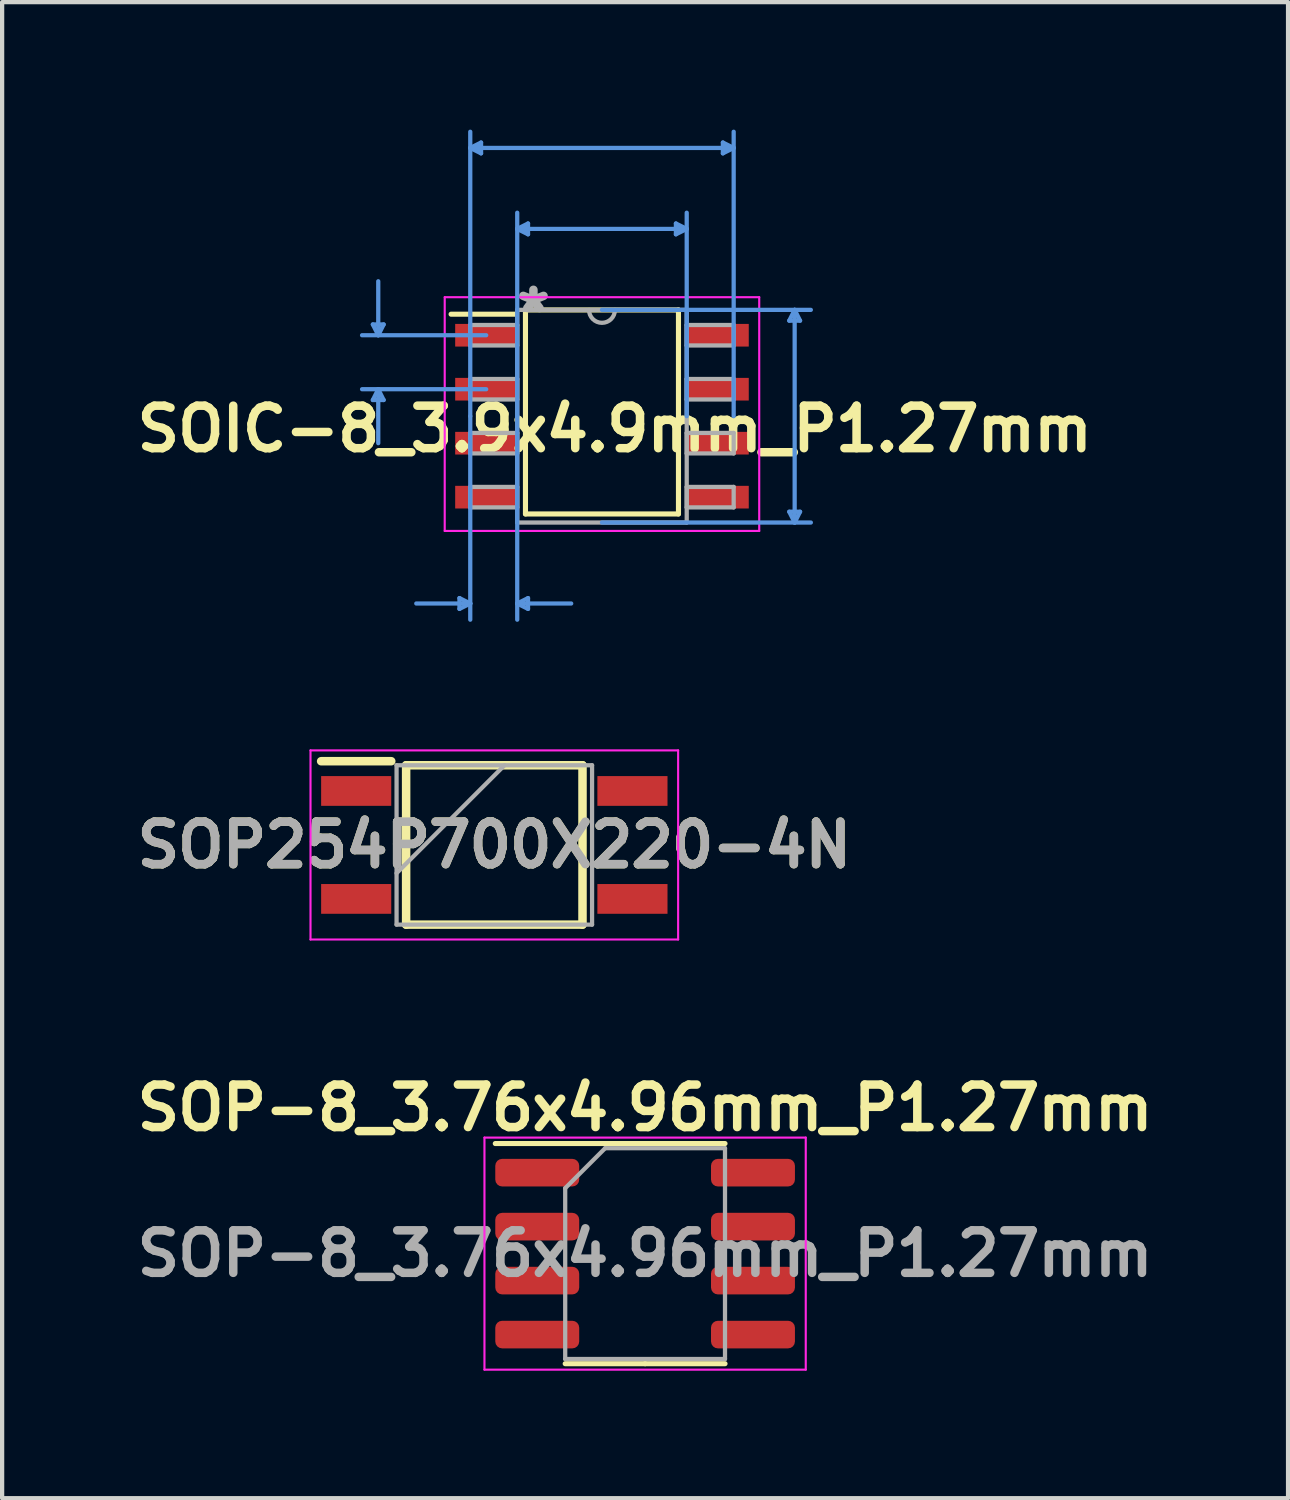
<source format=kicad_pcb>
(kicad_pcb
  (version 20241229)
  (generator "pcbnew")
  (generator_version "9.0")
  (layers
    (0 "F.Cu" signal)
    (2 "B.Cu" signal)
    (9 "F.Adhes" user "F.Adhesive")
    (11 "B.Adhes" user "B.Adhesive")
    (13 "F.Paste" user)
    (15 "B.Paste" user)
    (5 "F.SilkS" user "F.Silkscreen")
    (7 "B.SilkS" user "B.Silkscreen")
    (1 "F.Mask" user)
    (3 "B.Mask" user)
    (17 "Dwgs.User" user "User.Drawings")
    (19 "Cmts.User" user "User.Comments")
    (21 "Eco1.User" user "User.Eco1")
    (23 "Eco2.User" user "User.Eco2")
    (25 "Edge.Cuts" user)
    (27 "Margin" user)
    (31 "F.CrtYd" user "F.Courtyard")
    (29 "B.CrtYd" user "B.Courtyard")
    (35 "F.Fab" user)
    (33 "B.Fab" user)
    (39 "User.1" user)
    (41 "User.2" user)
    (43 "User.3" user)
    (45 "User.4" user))
  (footprint "SOIC-8_3.9x4.9mm_P1.27mm"
    (layer "F.Cu")
    (at 11.114 6.743)
    (property "Reference" "SOIC-8_3.9x4.9mm_P1.27mm" (at 0.3 0.3 0) (layer "F.SilkS") (effects (font (size 1 1) (thickness 0.2))))
    (attr through_hole)
    (fp_line (start -2.05 -2.4) (end -3.55 -2.4) (stroke (width 0.12) (type solid)) (layer "F.SilkS"))
    (fp_line (start -1.8 -2.5) (end 1.8 -2.5) (stroke (width 0.12) (type solid)) (layer "F.SilkS"))
    (fp_line (start -1.8 2.3) (end -1.8 -2.5) (stroke (width 0.12) (type solid)) (layer "F.SilkS"))
    (fp_line (start 1.8 -2.5) (end 1.8 2.3) (stroke (width 0.12) (type solid)) (layer "F.SilkS"))
    (fp_line (start 1.8 2.3) (end -1.8 2.3) (stroke (width 0.12) (type solid)) (layer "F.SilkS"))
    (fp_line (start -5.391 -2.159) (end -5.137 -2.159) (stroke (width 0.1) (type solid)) (layer "Cmts.User"))
    (fp_line (start -5.391 -0.381) (end -5.137 -0.381) (stroke (width 0.1) (type solid)) (layer "Cmts.User"))
    (fp_line (start -5.264 -1.905) (end -5.391 -2.159) (stroke (width 0.1) (type solid)) (layer "Cmts.User"))
    (fp_line (start -5.264 -1.905) (end -5.264 -3.175) (stroke (width 0.1) (type solid)) (layer "Cmts.User"))
    (fp_line (start -5.264 -1.905) (end -5.137 -2.159) (stroke (width 0.1) (type solid)) (layer "Cmts.User"))
    (fp_line (start -5.264 -0.635) (end -5.391 -0.381) (stroke (width 0.1) (type solid)) (layer "Cmts.User"))
    (fp_line (start -5.264 -0.635) (end -5.264 0.635) (stroke (width 0.1) (type solid)) (layer "Cmts.User"))
    (fp_line (start -5.264 -0.635) (end -5.137 -0.381) (stroke (width 0.1) (type solid)) (layer "Cmts.User"))
    (fp_line (start -3.353 4.28) (end -3.353 4.534) (stroke (width 0.1) (type solid)) (layer "Cmts.User"))
    (fp_line (start -3.099 -6.312) (end -2.845 -6.439) (stroke (width 0.1) (type solid)) (layer "Cmts.User"))
    (fp_line (start -3.099 -6.312) (end -2.845 -6.185) (stroke (width 0.1) (type solid)) (layer "Cmts.User"))
    (fp_line (start -3.099 -6.312) (end 3.099 -6.312) (stroke (width 0.1) (type solid)) (layer "Cmts.User"))
    (fp_line (start -3.099 0) (end -3.099 -6.693) (stroke (width 0.1) (type solid)) (layer "Cmts.User"))
    (fp_line (start -3.099 0) (end -3.099 4.788) (stroke (width 0.1) (type solid)) (layer "Cmts.User"))
    (fp_line (start -3.099 4.407) (end -4.369 4.407) (stroke (width 0.1) (type solid)) (layer "Cmts.User"))
    (fp_line (start -3.099 4.407) (end -3.353 4.28) (stroke (width 0.1) (type solid)) (layer "Cmts.User"))
    (fp_line (start -3.099 4.407) (end -3.353 4.534) (stroke (width 0.1) (type solid)) (layer "Cmts.User"))
    (fp_line (start -2.845 -6.439) (end -2.845 -6.185) (stroke (width 0.1) (type solid)) (layer "Cmts.User"))
    (fp_line (start -2.724 -1.905) (end -5.645 -1.905) (stroke (width 0.1) (type solid)) (layer "Cmts.User"))
    (fp_line (start -2.724 -0.635) (end -5.645 -0.635) (stroke (width 0.1) (type solid)) (layer "Cmts.User"))
    (fp_line (start -1.994 -4.407) (end -1.74 -4.534) (stroke (width 0.1) (type solid)) (layer "Cmts.User"))
    (fp_line (start -1.994 -4.407) (end -1.74 -4.28) (stroke (width 0.1) (type solid)) (layer "Cmts.User"))
    (fp_line (start -1.994 -4.407) (end 1.994 -4.407) (stroke (width 0.1) (type solid)) (layer "Cmts.User"))
    (fp_line (start -1.994 0) (end -1.994 -4.788) (stroke (width 0.1) (type solid)) (layer "Cmts.User"))
    (fp_line (start -1.994 0) (end -1.994 4.788) (stroke (width 0.1) (type solid)) (layer "Cmts.User"))
    (fp_line (start -1.994 4.407) (end -1.74 4.28) (stroke (width 0.1) (type solid)) (layer "Cmts.User"))
    (fp_line (start -1.994 4.407) (end -1.74 4.534) (stroke (width 0.1) (type solid)) (layer "Cmts.User"))
    (fp_line (start -1.994 4.407) (end -0.724 4.407) (stroke (width 0.1) (type solid)) (layer "Cmts.User"))
    (fp_line (start -1.74 -4.534) (end -1.74 -4.28) (stroke (width 0.1) (type solid)) (layer "Cmts.User"))
    (fp_line (start -1.74 4.28) (end -1.74 4.534) (stroke (width 0.1) (type solid)) (layer "Cmts.User"))
    (fp_line (start 0 -2.502) (end 4.915 -2.502) (stroke (width 0.1) (type solid)) (layer "Cmts.User"))
    (fp_line (start 0 2.502) (end 4.915 2.502) (stroke (width 0.1) (type solid)) (layer "Cmts.User"))
    (fp_line (start 1.74 -4.534) (end 1.74 -4.28) (stroke (width 0.1) (type solid)) (layer "Cmts.User"))
    (fp_line (start 1.994 -4.407) (end 1.74 -4.534) (stroke (width 0.1) (type solid)) (layer "Cmts.User"))
    (fp_line (start 1.994 -4.407) (end 1.74 -4.28) (stroke (width 0.1) (type solid)) (layer "Cmts.User"))
    (fp_line (start 1.994 0) (end 1.994 -4.788) (stroke (width 0.1) (type solid)) (layer "Cmts.User"))
    (fp_line (start 2.845 -6.439) (end 2.845 -6.185) (stroke (width 0.1) (type solid)) (layer "Cmts.User"))
    (fp_line (start 3.099 -6.312) (end 2.845 -6.439) (stroke (width 0.1) (type solid)) (layer "Cmts.User"))
    (fp_line (start 3.099 -6.312) (end 2.845 -6.185) (stroke (width 0.1) (type solid)) (layer "Cmts.User"))
    (fp_line (start 3.099 0) (end 3.099 -6.693) (stroke (width 0.1) (type solid)) (layer "Cmts.User"))
    (fp_line (start 4.407 -2.248) (end 4.661 -2.248) (stroke (width 0.1) (type solid)) (layer "Cmts.User"))
    (fp_line (start 4.407 2.248) (end 4.661 2.248) (stroke (width 0.1) (type solid)) (layer "Cmts.User"))
    (fp_line (start 4.534 -2.502) (end 4.407 -2.248) (stroke (width 0.1) (type solid)) (layer "Cmts.User"))
    (fp_line (start 4.534 -2.502) (end 4.534 2.502) (stroke (width 0.1) (type solid)) (layer "Cmts.User"))
    (fp_line (start 4.534 -2.502) (end 4.661 -2.248) (stroke (width 0.1) (type solid)) (layer "Cmts.User"))
    (fp_line (start 4.534 2.502) (end 4.407 2.248) (stroke (width 0.1) (type solid)) (layer "Cmts.User"))
    (fp_line (start 4.534 2.502) (end 4.661 2.248) (stroke (width 0.1) (type solid)) (layer "Cmts.User"))
    (fp_line (start -3.7 2.7) (end -3.7 -2.8) (stroke (width 0.05) (type solid)) (layer "F.CrtYd"))
    (fp_line (start -3.7 2.7) (end 3.7 2.7) (stroke (width 0.05) (type solid)) (layer "F.CrtYd"))
    (fp_line (start 3.7 -2.8) (end -3.7 -2.8) (stroke (width 0.05) (type solid)) (layer "F.CrtYd"))
    (fp_line (start 3.7 2.7) (end 3.7 -2.8) (stroke (width 0.05) (type solid)) (layer "F.CrtYd"))
    (fp_line (start -3.099 -2.146) (end -3.099 -1.664) (stroke (width 0.1) (type solid)) (layer "F.Fab"))
    (fp_line (start -3.099 -1.664) (end -1.994 -1.664) (stroke (width 0.1) (type solid)) (layer "F.Fab"))
    (fp_line (start -3.099 -0.876) (end -3.099 -0.394) (stroke (width 0.1) (type solid)) (layer "F.Fab"))
    (fp_line (start -3.099 -0.394) (end -1.994 -0.394) (stroke (width 0.1) (type solid)) (layer "F.Fab"))
    (fp_line (start -3.099 0.394) (end -3.099 0.876) (stroke (width 0.1) (type solid)) (layer "F.Fab"))
    (fp_line (start -3.099 0.876) (end -1.994 0.876) (stroke (width 0.1) (type solid)) (layer "F.Fab"))
    (fp_line (start -3.099 1.664) (end -3.099 2.146) (stroke (width 0.1) (type solid)) (layer "F.Fab"))
    (fp_line (start -3.099 2.146) (end -1.994 2.146) (stroke (width 0.1) (type solid)) (layer "F.Fab"))
    (fp_line (start -1.994 -2.502) (end -1.994 2.502) (stroke (width 0.1) (type solid)) (layer "F.Fab"))
    (fp_line (start -1.994 -2.146) (end -3.099 -2.146) (stroke (width 0.1) (type solid)) (layer "F.Fab"))
    (fp_line (start -1.994 -1.664) (end -1.994 -2.146) (stroke (width 0.1) (type solid)) (layer "F.Fab"))
    (fp_line (start -1.994 -0.876) (end -3.099 -0.876) (stroke (width 0.1) (type solid)) (layer "F.Fab"))
    (fp_line (start -1.994 -0.394) (end -1.994 -0.876) (stroke (width 0.1) (type solid)) (layer "F.Fab"))
    (fp_line (start -1.994 0.394) (end -3.099 0.394) (stroke (width 0.1) (type solid)) (layer "F.Fab"))
    (fp_line (start -1.994 0.876) (end -1.994 0.394) (stroke (width 0.1) (type solid)) (layer "F.Fab"))
    (fp_line (start -1.994 1.664) (end -3.099 1.664) (stroke (width 0.1) (type solid)) (layer "F.Fab"))
    (fp_line (start -1.994 2.146) (end -1.994 1.664) (stroke (width 0.1) (type solid)) (layer "F.Fab"))
    (fp_line (start -1.994 2.502) (end 1.994 2.502) (stroke (width 0.1) (type solid)) (layer "F.Fab"))
    (fp_line (start 1.994 -2.502) (end -1.994 -2.502) (stroke (width 0.1) (type solid)) (layer "F.Fab"))
    (fp_line (start 1.994 -2.146) (end 1.994 -1.664) (stroke (width 0.1) (type solid)) (layer "F.Fab"))
    (fp_line (start 1.994 -1.664) (end 3.099 -1.664) (stroke (width 0.1) (type solid)) (layer "F.Fab"))
    (fp_line (start 1.994 -0.876) (end 1.994 -0.394) (stroke (width 0.1) (type solid)) (layer "F.Fab"))
    (fp_line (start 1.994 -0.394) (end 3.099 -0.394) (stroke (width 0.1) (type solid)) (layer "F.Fab"))
    (fp_line (start 1.994 0.394) (end 1.994 0.876) (stroke (width 0.1) (type solid)) (layer "F.Fab"))
    (fp_line (start 1.994 0.876) (end 3.099 0.876) (stroke (width 0.1) (type solid)) (layer "F.Fab"))
    (fp_line (start 1.994 1.664) (end 1.994 2.146) (stroke (width 0.1) (type solid)) (layer "F.Fab"))
    (fp_line (start 1.994 2.146) (end 3.099 2.146) (stroke (width 0.1) (type solid)) (layer "F.Fab"))
    (fp_line (start 1.994 2.502) (end 1.994 -2.502) (stroke (width 0.1) (type solid)) (layer "F.Fab"))
    (fp_line (start 3.099 -2.146) (end 1.994 -2.146) (stroke (width 0.1) (type solid)) (layer "F.Fab"))
    (fp_line (start 3.099 -1.664) (end 3.099 -2.146) (stroke (width 0.1) (type solid)) (layer "F.Fab"))
    (fp_line (start 3.099 -0.876) (end 1.994 -0.876) (stroke (width 0.1) (type solid)) (layer "F.Fab"))
    (fp_line (start 3.099 -0.394) (end 3.099 -0.876) (stroke (width 0.1) (type solid)) (layer "F.Fab"))
    (fp_line (start 3.099 0.394) (end 1.994 0.394) (stroke (width 0.1) (type solid)) (layer "F.Fab"))
    (fp_line (start 3.099 0.876) (end 3.099 0.394) (stroke (width 0.1) (type solid)) (layer "F.Fab"))
    (fp_line (start 3.099 1.664) (end 1.994 1.664) (stroke (width 0.1) (type solid)) (layer "F.Fab"))
    (fp_line (start 3.099 2.146) (end 3.099 1.664) (stroke (width 0.1) (type solid)) (layer "F.Fab"))
    (fp_arc (start 0.3048 -2.5019) (mid 0 -2.1971) (end -0.3048 -2.5019) (stroke (width 0.1) (type solid)) (layer "F.Fab"))
    (fp_text user "*" (at -1.613 -2.426 0) (layer "F.Fab") (effects (font (size 1 1) (thickness 0.2))))
    (pad "1" smd rect (at -2.724 -1.905) (size 1.46 0.533) (layers "F.Cu" "F.Mask" "F.Paste"))
    (pad "2" smd rect (at -2.724 -0.635) (size 1.46 0.533) (layers "F.Cu" "F.Mask" "F.Paste"))
    (pad "3" smd rect (at -2.724 0.635) (size 1.46 0.533) (layers "F.Cu" "F.Mask" "F.Paste"))
    (pad "4" smd rect (at -2.724 1.905) (size 1.46 0.533) (layers "F.Cu" "F.Mask" "F.Paste"))
    (pad "5" smd rect (at 2.724 1.905) (size 1.46 0.533) (layers "F.Cu" "F.Mask" "F.Paste"))
    (pad "6" smd rect (at 2.724 0.635) (size 1.46 0.533) (layers "F.Cu" "F.Mask" "F.Paste"))
    (pad "7" smd rect (at 2.724 -0.635) (size 1.46 0.533) (layers "F.Cu" "F.Mask" "F.Paste"))
    (pad "8" smd rect (at 2.724 -1.905) (size 1.46 0.533) (layers "F.Cu" "F.Mask" "F.Paste")))
  (footprint "SOP254P700X220-4N"
    (layer "F.Cu")
    (at 8.581 16.831)
    (property "Reference" "SOP254P700X220-4N" (at 0 0 0) (layer "F.SilkS") (effects (font (size 1 1) (thickness 0.2))))
    (attr smd)
    (fp_line (start -4.075 -1.97) (end -2.425 -1.97) (stroke (width 0.2) (type solid)) (layer "F.SilkS"))
    (fp_line (start -2.075 -1.875) (end 2.075 -1.875) (stroke (width 0.2) (type solid)) (layer "F.SilkS"))
    (fp_line (start -2.075 1.875) (end -2.075 -1.875) (stroke (width 0.2) (type solid)) (layer "F.SilkS"))
    (fp_line (start 2.075 -1.875) (end 2.075 1.875) (stroke (width 0.2) (type solid)) (layer "F.SilkS"))
    (fp_line (start 2.075 1.875) (end -2.075 1.875) (stroke (width 0.2) (type solid)) (layer "F.SilkS"))
    (fp_line (start -4.325 -2.225) (end 4.325 -2.225) (stroke (width 0.05) (type solid)) (layer "F.CrtYd"))
    (fp_line (start -4.325 2.225) (end -4.325 -2.225) (stroke (width 0.05) (type solid)) (layer "F.CrtYd"))
    (fp_line (start 4.325 -2.225) (end 4.325 2.225) (stroke (width 0.05) (type solid)) (layer "F.CrtYd"))
    (fp_line (start 4.325 2.225) (end -4.325 2.225) (stroke (width 0.05) (type solid)) (layer "F.CrtYd"))
    (fp_line (start -2.3 -1.875) (end 2.3 -1.875) (stroke (width 0.1) (type solid)) (layer "F.Fab"))
    (fp_line (start -2.3 0.665) (end 0.24 -1.875) (stroke (width 0.1) (type solid)) (layer "F.Fab"))
    (fp_line (start -2.3 1.875) (end -2.3 -1.875) (stroke (width 0.1) (type solid)) (layer "F.Fab"))
    (fp_line (start 2.3 -1.875) (end 2.3 1.875) (stroke (width 0.1) (type solid)) (layer "F.Fab"))
    (fp_line (start 2.3 1.875) (end -2.3 1.875) (stroke (width 0.1) (type solid)) (layer "F.Fab"))
    (fp_text user "${REFERENCE}" (at 0 0 0) (layer "F.Fab") (effects (font (size 1 1) (thickness 0.2))))
    (pad "1" smd rect (at -3.25 -1.27 90) (size 0.7 1.65) (layers "F.Cu" "F.Mask" "F.Paste"))
    (pad "2" smd rect (at -3.25 1.27 90) (size 0.7 1.65) (layers "F.Cu" "F.Mask" "F.Paste"))
    (pad "3" smd rect (at 3.25 1.27 90) (size 0.7 1.65) (layers "F.Cu" "F.Mask" "F.Paste"))
    (pad "4" smd rect (at 3.25 -1.27 90) (size 0.7 1.65) (layers "F.Cu" "F.Mask" "F.Paste")))
  (footprint "SOP-8_3.76x4.96mm_P1.27mm"
    (layer "F.Cu")
    (at 12.129 26.447)
    (property "Reference" "SOP-8_3.76x4.96mm_P1.27mm" (at 0 -3.43 0) (layer "F.SilkS") (effects (font (size 1 1) (thickness 0.2))))
    (attr smd)
    (fp_line (start 0 -2.59) (end -3.525 -2.59) (stroke (width 0.12) (type solid)) (layer "F.SilkS"))
    (fp_line (start 0 -2.59) (end 1.88 -2.59) (stroke (width 0.12) (type solid)) (layer "F.SilkS"))
    (fp_line (start 0 2.59) (end -1.88 2.59) (stroke (width 0.12) (type solid)) (layer "F.SilkS"))
    (fp_line (start 0 2.59) (end 1.88 2.59) (stroke (width 0.12) (type solid)) (layer "F.SilkS"))
    (fp_line (start -3.78 -2.73) (end -3.78 2.73) (stroke (width 0.05) (type solid)) (layer "F.CrtYd"))
    (fp_line (start -3.78 2.73) (end 3.78 2.73) (stroke (width 0.05) (type solid)) (layer "F.CrtYd"))
    (fp_line (start 3.78 -2.73) (end -3.78 -2.73) (stroke (width 0.05) (type solid)) (layer "F.CrtYd"))
    (fp_line (start 3.78 2.73) (end 3.78 -2.73) (stroke (width 0.05) (type solid)) (layer "F.CrtYd"))
    (fp_line (start -1.88 -1.54) (end -0.94 -2.48) (stroke (width 0.1) (type solid)) (layer "F.Fab"))
    (fp_line (start -1.88 2.48) (end -1.88 -1.54) (stroke (width 0.1) (type solid)) (layer "F.Fab"))
    (fp_line (start -0.94 -2.48) (end 1.88 -2.48) (stroke (width 0.1) (type solid)) (layer "F.Fab"))
    (fp_line (start 1.88 -2.48) (end 1.88 2.48) (stroke (width 0.1) (type solid)) (layer "F.Fab"))
    (fp_line (start 1.88 2.48) (end -1.88 2.48) (stroke (width 0.1) (type solid)) (layer "F.Fab"))
    (fp_text user "${REFERENCE}" (at 0 0 0) (layer "F.Fab") (effects (font (size 1 1) (thickness 0.2))))
    (pad "1" smd roundrect (at -2.538 -1.905) (size 1.975 0.65) (layers "F.Cu" "F.Mask" "F.Paste") (roundrect_rratio 0.25))
    (pad "2" smd roundrect (at -2.538 -0.635) (size 1.975 0.65) (layers "F.Cu" "F.Mask" "F.Paste") (roundrect_rratio 0.25))
    (pad "3" smd roundrect (at -2.538 0.635) (size 1.975 0.65) (layers "F.Cu" "F.Mask" "F.Paste") (roundrect_rratio 0.25))
    (pad "4" smd roundrect (at -2.538 1.905) (size 1.975 0.65) (layers "F.Cu" "F.Mask" "F.Paste") (roundrect_rratio 0.25))
    (pad "5" smd roundrect (at 2.538 1.905) (size 1.975 0.65) (layers "F.Cu" "F.Mask" "F.Paste") (roundrect_rratio 0.25))
    (pad "6" smd roundrect (at 2.538 0.635) (size 1.975 0.65) (layers "F.Cu" "F.Mask" "F.Paste") (roundrect_rratio 0.25))
    (pad "7" smd roundrect (at 2.538 -0.635) (size 1.975 0.65) (layers "F.Cu" "F.Mask" "F.Paste") (roundrect_rratio 0.25))
    (pad "8" smd roundrect (at 2.538 -1.905) (size 1.975 0.65) (layers "F.Cu" "F.Mask" "F.Paste") (roundrect_rratio 0.25)))
  (gr_rect
    (start -3 -3)
    (end 27.257 32.202)
    (stroke (width 0.1) (type default))
    (fill no)
    (layer "Edge.Cuts")))
</source>
